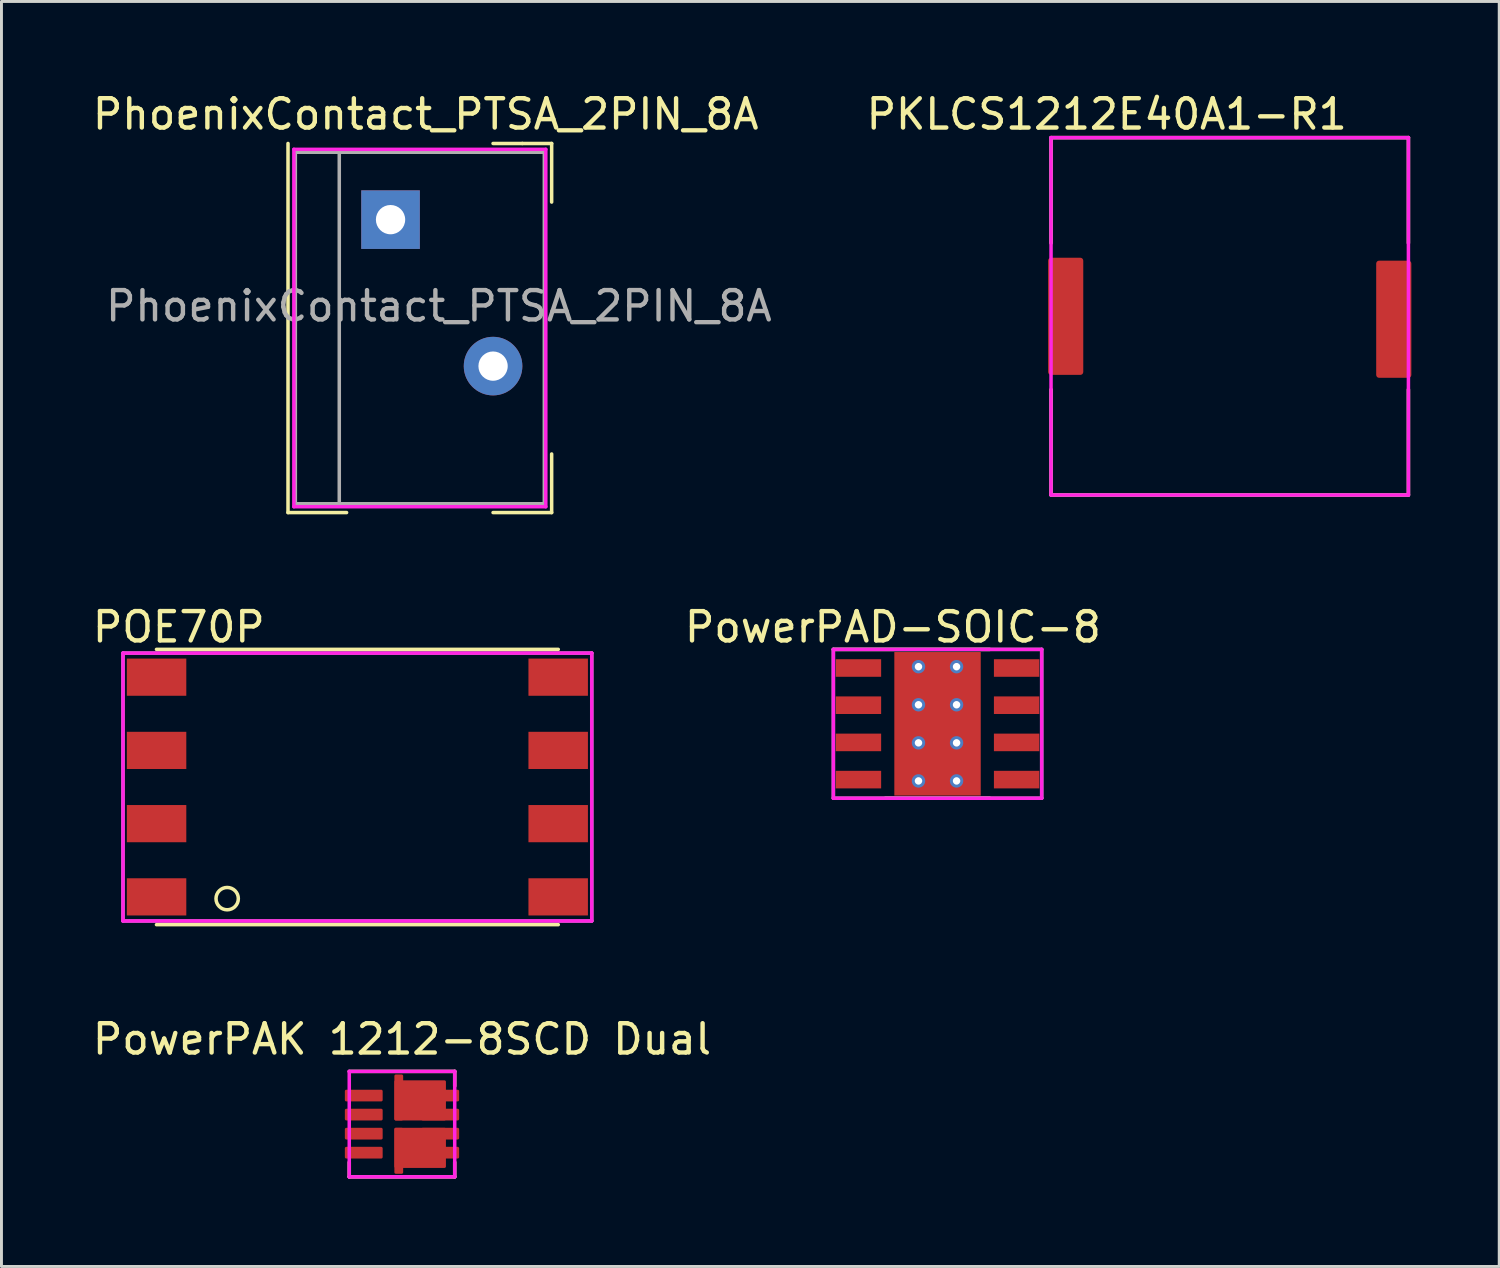
<source format=kicad_pcb>
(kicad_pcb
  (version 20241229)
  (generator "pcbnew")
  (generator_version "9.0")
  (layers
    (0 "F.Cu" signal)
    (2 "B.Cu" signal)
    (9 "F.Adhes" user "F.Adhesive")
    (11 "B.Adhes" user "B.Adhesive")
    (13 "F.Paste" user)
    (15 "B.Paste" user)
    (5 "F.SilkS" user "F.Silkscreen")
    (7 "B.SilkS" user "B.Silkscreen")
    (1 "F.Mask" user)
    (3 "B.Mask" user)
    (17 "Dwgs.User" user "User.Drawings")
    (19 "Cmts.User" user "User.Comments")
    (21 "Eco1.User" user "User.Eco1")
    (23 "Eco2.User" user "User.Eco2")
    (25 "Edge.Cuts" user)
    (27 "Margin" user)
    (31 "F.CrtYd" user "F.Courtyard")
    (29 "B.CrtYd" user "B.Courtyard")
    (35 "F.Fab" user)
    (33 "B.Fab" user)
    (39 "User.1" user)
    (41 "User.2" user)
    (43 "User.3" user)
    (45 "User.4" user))
  (footprint "PhoenixContact_PTSA_2PIN_8A"
    (layer "F.Cu")
    (at 10.282 9.448)
    (property "Reference" "PhoenixContact_PTSA_2PIN_8A" (at 1.2 -8.6 0) (layer "F.SilkS") (effects (font (size 1 1) (thickness 0.15))))
    (attr through_hole)
    (fp_line (start -3.5 -7.6) (end -3.5 5) (stroke (width 0.12) (type solid)) (layer "F.SilkS"))
    (fp_line (start -3.5 5) (end -1.5 5) (stroke (width 0.12) (type solid)) (layer "F.SilkS"))
    (fp_line (start 4.5 -7.6) (end 3.5 -7.6) (stroke (width 0.12) (type solid)) (layer "F.SilkS"))
    (fp_line (start 5.5 -7.6) (end 4.5 -7.6) (stroke (width 0.12) (type solid)) (layer "F.SilkS"))
    (fp_line (start 5.5 -7.6) (end 5.5 -5.6) (stroke (width 0.12) (type solid)) (layer "F.SilkS"))
    (fp_line (start 5.5 5) (end 3.5 5) (stroke (width 0.12) (type solid)) (layer "F.SilkS"))
    (fp_line (start 5.5 5) (end 5.5 3) (stroke (width 0.12) (type solid)) (layer "F.SilkS"))
    (fp_line (start -3.3 -7.4) (end -3.3 4.8) (stroke (width 0.12) (type solid)) (layer "F.CrtYd"))
    (fp_line (start -3.3 4.8) (end 5.3 4.8) (stroke (width 0.12) (type solid)) (layer "F.CrtYd"))
    (fp_line (start 5.3 -7.4) (end -3.3 -7.4) (stroke (width 0.12) (type solid)) (layer "F.CrtYd"))
    (fp_line (start 5.3 4.8) (end 5.3 -7.4) (stroke (width 0.12) (type solid)) (layer "F.CrtYd"))
    (fp_line (start -3.25 -7.3) (end -3.25 4.7) (stroke (width 0.12) (type solid)) (layer "F.Fab"))
    (fp_line (start -3.25 4.7) (end -1.75 4.7) (stroke (width 0.12) (type solid)) (layer "F.Fab"))
    (fp_line (start -1.75 -7.3) (end -3.25 -7.3) (stroke (width 0.12) (type solid)) (layer "F.Fab"))
    (fp_line (start -1.75 -7.3) (end 1.75 -7.3) (stroke (width 0.12) (type solid)) (layer "F.Fab"))
    (fp_line (start -1.75 4.7) (end -1.75 -7.3) (stroke (width 0.12) (type solid)) (layer "F.Fab"))
    (fp_line (start 1.75 -7.3) (end 5.25 -7.3) (stroke (width 0.12) (type solid)) (layer "F.Fab"))
    (fp_line (start 5.25 -7.3) (end 5.25 4.7) (stroke (width 0.12) (type solid)) (layer "F.Fab"))
    (fp_line (start 5.25 4.7) (end -1.75 4.7) (stroke (width 0.12) (type solid)) (layer "F.Fab"))
    (fp_text user "${REFERENCE}" (at 1.65 -2.05 0) (layer "F.Fab") (effects (font (size 1 1) (thickness 0.15))))
    (pad "1" thru_hole rect (at 0 -5) (size 2 2) (drill 1) (layers "*.Cu" "*.Mask"))
    (pad "2" thru_hole circle (at 3.5 0) (size 2 2) (drill 1) (layers "*.Cu" "*.Mask")))
  (footprint "POE70P"
    (layer "F.Cu")
    (at 9.15 23.817)
    (property "Reference" "POE70P" (at -6.096 -5.461 0) (layer "F.SilkS") (effects (font (size 1 1) (thickness 0.15))))
    (attr through_hole)
    (fp_line (start -6.858 -4.699) (end 6.858 -4.699) (stroke (width 0.12) (type solid)) (layer "F.SilkS"))
    (fp_line (start 6.858 4.699) (end -6.858 4.699) (stroke (width 0.12) (type solid)) (layer "F.SilkS"))
    (fp_circle (center -4.445 3.81) (end -4.064 3.81) (stroke (width 0.12) (type solid)) (fill no) (layer "F.SilkS"))
    (fp_line (start -8.001 -4.572) (end -8.001 4.572) (stroke (width 0.12) (type solid)) (layer "F.CrtYd"))
    (fp_line (start -8.001 4.572) (end 8.001 4.572) (stroke (width 0.12) (type solid)) (layer "F.CrtYd"))
    (fp_line (start 8.001 -4.572) (end -8.001 -4.572) (stroke (width 0.12) (type solid)) (layer "F.CrtYd"))
    (fp_line (start 8.001 4.572) (end 8.001 -4.572) (stroke (width 0.12) (type solid)) (layer "F.CrtYd"))
    (fp_line (start -8.001 -4.572) (end -8.001 4.572) (stroke (width 0.12) (type solid)) (layer "F.Fab"))
    (fp_line (start -8.001 4.572) (end 8.001 4.572) (stroke (width 0.12) (type solid)) (layer "F.Fab"))
    (fp_line (start 8.001 -4.572) (end -8.001 -4.572) (stroke (width 0.12) (type solid)) (layer "F.Fab"))
    (fp_line (start 8.001 4.572) (end 8.001 -4.572) (stroke (width 0.12) (type solid)) (layer "F.Fab"))
    (pad "1" smd rect (at -6.855 3.75) (size 2.03 1.27) (layers "F.Cu" "F.Mask" "F.Paste"))
    (pad "2" smd rect (at -6.855 1.25) (size 2.03 1.27) (layers "F.Cu" "F.Mask" "F.Paste"))
    (pad "3" smd rect (at -6.855 -1.25) (size 2.03 1.27) (layers "F.Cu" "F.Mask" "F.Paste"))
    (pad "4" smd rect (at -6.855 -3.75) (size 2.03 1.27) (layers "F.Cu" "F.Mask" "F.Paste"))
    (pad "5" smd rect (at 6.855 -3.75) (size 2.03 1.27) (layers "F.Cu" "F.Mask" "F.Paste"))
    (pad "6" smd rect (at 6.855 -1.25) (size 2.03 1.27) (layers "F.Cu" "F.Mask" "F.Paste"))
    (pad "7" smd rect (at 6.855 1.25) (size 2.03 1.27) (layers "F.Cu" "F.Mask" "F.Paste"))
    (pad "8" smd rect (at 6.855 3.75) (size 2.03 1.27) (layers "F.Cu" "F.Mask" "F.Paste")))
  (footprint "PowerPAK 1212-8SCD Dual"
    (layer "F.Cu")
    (at 10.673 35.325)
    (property "Reference" "PowerPAK 1212-8SCD Dual" (at 0 -2.9 0) (unlocked yes) (layer "F.SilkS") (effects (font (size 1 1) (thickness 0.15))))
    (attr smd)
    (fp_line (start -1.8 -1.8) (end 1.8 -1.8) (stroke (width 0.12) (type default)) (layer "F.SilkS"))
    (fp_line (start -1.8 1.3) (end -1.8 1.8) (stroke (width 0.12) (type default)) (layer "F.SilkS"))
    (fp_line (start -1.8 1.8) (end 1.8 1.8) (stroke (width 0.12) (type default)) (layer "F.SilkS"))
    (fp_line (start 1.8 -1.8) (end 1.8 -1.3) (stroke (width 0.12) (type default)) (layer "F.SilkS"))
    (fp_line (start 1.8 1.8) (end 1.8 1.3) (stroke (width 0.12) (type default)) (layer "F.SilkS"))
    (fp_line (start -1.8 -1.8) (end -1.8 1.8) (stroke (width 0.12) (type default)) (layer "F.CrtYd"))
    (fp_line (start -1.8 1.8) (end 1.8 1.8) (stroke (width 0.12) (type default)) (layer "F.CrtYd"))
    (fp_line (start 1.8 -1.8) (end -1.8 -1.8) (stroke (width 0.12) (type default)) (layer "F.CrtYd"))
    (fp_line (start 1.8 1.8) (end 1.8 -1.8) (stroke (width 0.12) (type default)) (layer "F.CrtYd"))
    (pad "1" smd roundrect (at -1.305 -0.975) (size 1.29 0.4) (layers "F.Cu" "F.Mask" "F.Paste") (roundrect_rratio 0.125))
    (pad "2" smd roundrect (at -1.305 -0.325) (size 1.29 0.4) (layers "F.Cu" "F.Mask" "F.Paste") (roundrect_rratio 0.125))
    (pad "3" smd roundrect (at -1.305 0.325) (size 1.29 0.4) (layers "F.Cu" "F.Mask" "F.Paste") (roundrect_rratio 0.125))
    (pad "4" smd roundrect (at -1.305 0.975) (size 1.29 0.4) (layers "F.Cu" "F.Mask" "F.Paste") (roundrect_rratio 0.125))
    (pad "5" smd roundrect (at -0.11 0.91) (size 0.3 1.57) (layers "F.Cu" "F.Mask" "F.Paste") (roundrect_rratio 0.167))
    (pad "5" smd roundrect (at 0.62 0.81) (size 1.76 1.37) (layers "F.Cu" "F.Mask" "F.Paste") (roundrect_rratio 0.036))
    (pad "5" smd roundrect (at 1.305 0.975) (size 1.29 0.4) (layers "F.Cu" "F.Mask" "F.Paste") (roundrect_rratio 0.125))
    (pad "6" smd roundrect (at 1.305 0.325) (size 1.29 0.4) (layers "F.Cu" "F.Mask" "F.Paste") (roundrect_rratio 0.125))
    (pad "7" smd roundrect (at -0.11 -0.91) (size 0.3 1.57) (layers "F.Cu" "F.Mask" "F.Paste") (roundrect_rratio 0.167))
    (pad "7" smd roundrect (at 0.62 -0.81) (size 1.76 1.37) (layers "F.Cu" "F.Mask" "F.Paste") (roundrect_rratio 0.036))
    (pad "7" smd roundrect (at 1.305 -0.325) (size 1.29 0.4) (layers "F.Cu" "F.Mask" "F.Paste") (roundrect_rratio 0.125))
    (pad "8" smd roundrect (at 1.305 -0.975) (size 1.29 0.4) (layers "F.Cu" "F.Mask" "F.Paste") (roundrect_rratio 0.125)))
  (footprint "PowerPAD-SOIC-8"
    (layer "F.Cu")
    (at 28.955 21.659)
    (property "Reference" "PowerPAD-SOIC-8" (at -1.524 -3.302 0) (layer "F.SilkS") (effects (font (size 1 1) (thickness 0.15))))
    (attr through_hole)
    (fp_line (start -1.778 2.54) (end 1.778 2.54) (stroke (width 0.12) (type solid)) (layer "F.SilkS"))
    (fp_line (start 1.778 -2.54) (end -3.556 -2.54) (stroke (width 0.12) (type solid)) (layer "F.SilkS"))
    (fp_line (start -3.556 -2.54) (end -3.556 2.54) (stroke (width 0.12) (type solid)) (layer "F.CrtYd"))
    (fp_line (start -3.556 2.54) (end 3.556 2.54) (stroke (width 0.12) (type solid)) (layer "F.CrtYd"))
    (fp_line (start 3.556 -2.54) (end -3.556 -2.54) (stroke (width 0.12) (type solid)) (layer "F.CrtYd"))
    (fp_line (start 3.556 2.54) (end 3.556 -2.54) (stroke (width 0.12) (type solid)) (layer "F.CrtYd"))
    (fp_line (start -3.556 -2.54) (end -3.556 2.54) (stroke (width 0.12) (type solid)) (layer "F.Fab"))
    (fp_line (start -3.556 2.54) (end 3.556 2.54) (stroke (width 0.12) (type solid)) (layer "F.Fab"))
    (fp_line (start 3.556 -2.54) (end -3.556 -2.54) (stroke (width 0.12) (type solid)) (layer "F.Fab"))
    (fp_line (start 3.556 2.54) (end 3.556 -2.54) (stroke (width 0.12) (type solid)) (layer "F.Fab"))
    (pad "" smd rect (at 0 0) (size 2.6 3.1) (layers "F.Mask" "F.Paste"))
    (pad "1" smd rect (at -2.7 -1.905) (size 1.55 0.6) (layers "F.Cu" "F.Mask" "F.Paste"))
    (pad "2" smd rect (at -2.7 -0.635) (size 1.55 0.6) (layers "F.Cu" "F.Mask" "F.Paste"))
    (pad "3" smd rect (at -2.7 0.635) (size 1.55 0.6) (layers "F.Cu" "F.Mask" "F.Paste"))
    (pad "4" smd rect (at -2.7 1.905) (size 1.55 0.6) (layers "F.Cu" "F.Mask" "F.Paste"))
    (pad "5" smd rect (at 2.7 1.905) (size 1.55 0.6) (layers "F.Cu" "F.Mask" "F.Paste"))
    (pad "6" smd rect (at 2.7 0.635) (size 1.55 0.6) (layers "F.Cu" "F.Mask" "F.Paste"))
    (pad "7" smd rect (at 2.7 -0.635) (size 1.55 0.6) (layers "F.Cu" "F.Mask" "F.Paste"))
    (pad "8" smd rect (at 2.7 -1.905) (size 1.55 0.6) (layers "F.Cu" "F.Mask" "F.Paste"))
    (pad "9" thru_hole circle (at -0.65 -1.95) (size 0.457 0.457) (drill 0.254) (layers "*.Cu"))
    (pad "9" thru_hole circle (at -0.65 -0.65) (size 0.457 0.457) (drill 0.254) (layers "*.Cu" "*.Mask"))
    (pad "9" thru_hole circle (at -0.65 0.65) (size 0.457 0.457) (drill 0.254) (layers "*.Cu" "*.Mask"))
    (pad "9" thru_hole circle (at -0.65 1.95) (size 0.457 0.457) (drill 0.254) (layers "*.Cu"))
    (pad "9" smd rect (at 0 0) (size 2.95 4.9) (layers "F.Cu"))
    (pad "9" thru_hole circle (at 0.65 -1.95) (size 0.457 0.457) (drill 0.254) (layers "*.Cu"))
    (pad "9" thru_hole circle (at 0.65 -0.65) (size 0.457 0.457) (drill 0.254) (layers "*.Cu" "*.Mask"))
    (pad "9" thru_hole circle (at 0.65 0.65) (size 0.457 0.457) (drill 0.254) (layers "*.Cu" "*.Mask"))
    (pad "9" thru_hole circle (at 0.65 1.95) (size 0.457 0.457) (drill 0.254) (layers "*.Cu")))
  (footprint "PKLCS1212E40A1-R1"
    (layer "F.Cu")
    (at 38.93 7.748)
    (property "Reference" "PKLCS1212E40A1-R1" (at -4.2 -6.9 0) (unlocked yes) (layer "F.SilkS") (effects (font (size 1 1) (thickness 0.15))))
    (attr smd)
    (fp_line (start -6.1 -6.1) (end 6.1 -6.1) (stroke (width 0.12) (type default)) (layer "F.SilkS"))
    (fp_line (start -6.1 -2.5) (end -6.1 -6.1) (stroke (width 0.12) (type default)) (layer "F.SilkS"))
    (fp_line (start -6.1 6.1) (end -6.1 2.5) (stroke (width 0.12) (type default)) (layer "F.SilkS"))
    (fp_line (start 6.1 -6.1) (end 6.1 -2.5) (stroke (width 0.12) (type default)) (layer "F.SilkS"))
    (fp_line (start 6.1 6.1) (end -6.1 6.1) (stroke (width 0.12) (type default)) (layer "F.SilkS"))
    (fp_line (start 6.1 6.1) (end 6.1 2.5) (stroke (width 0.12) (type default)) (layer "F.SilkS"))
    (fp_line (start -6.1 -6.1) (end -6.1 6.1) (stroke (width 0.12) (type default)) (layer "F.CrtYd"))
    (fp_line (start -6.1 6.1) (end 6.1 6.1) (stroke (width 0.12) (type default)) (layer "F.CrtYd"))
    (fp_line (start 6.1 -6.1) (end -6.1 -6.1) (stroke (width 0.12) (type default)) (layer "F.CrtYd"))
    (fp_line (start 6.1 6.1) (end 6.1 -6.1) (stroke (width 0.12) (type default)) (layer "F.CrtYd"))
    (pad "1" smd roundrect (at -5.6 0) (size 1.2 4) (layers "F.Cu" "F.Mask" "F.Paste") (roundrect_rratio 0.083))
    (pad "2" smd roundrect (at 5.6 0.1) (size 1.2 4) (layers "F.Cu" "F.Mask" "F.Paste") (roundrect_rratio 0.083)))
  (gr_rect
    (start -3 -3)
    (end 48.13 40.185)
    (stroke (width 0.1) (type default))
    (fill no)
    (layer "Edge.Cuts")))
</source>
